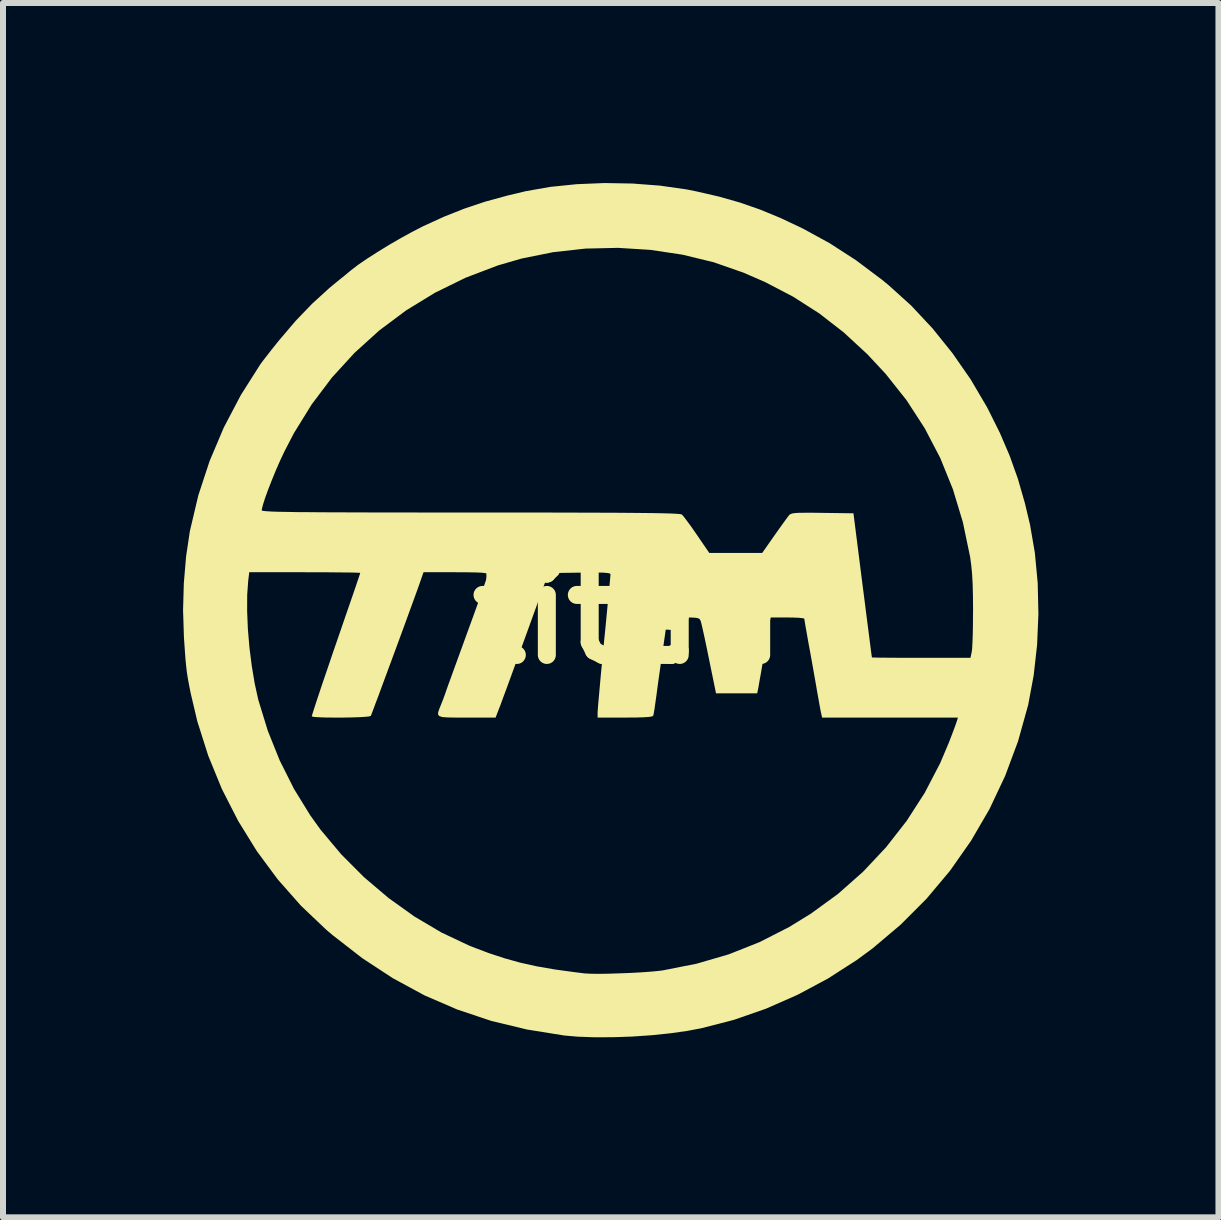
<source format=kicad_pcb>
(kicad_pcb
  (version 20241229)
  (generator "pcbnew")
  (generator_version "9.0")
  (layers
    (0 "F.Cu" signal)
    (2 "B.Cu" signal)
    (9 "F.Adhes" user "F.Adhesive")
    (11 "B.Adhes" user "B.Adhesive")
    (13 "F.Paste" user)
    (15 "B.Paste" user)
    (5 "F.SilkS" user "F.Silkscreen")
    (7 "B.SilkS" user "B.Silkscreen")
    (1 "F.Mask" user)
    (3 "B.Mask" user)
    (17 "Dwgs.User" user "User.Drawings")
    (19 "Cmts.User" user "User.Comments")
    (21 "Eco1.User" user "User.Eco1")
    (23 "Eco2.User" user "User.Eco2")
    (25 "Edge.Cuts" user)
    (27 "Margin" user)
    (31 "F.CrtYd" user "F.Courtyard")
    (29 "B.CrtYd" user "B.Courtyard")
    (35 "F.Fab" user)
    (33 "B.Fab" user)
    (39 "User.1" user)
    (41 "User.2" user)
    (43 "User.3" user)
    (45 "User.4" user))
  (footprint "titan"
    (layer "F.Cu")
    (at 7.419 7.185)
    (property "Reference" "titan" (at 0 0 0) (layer "F.SilkS") (effects (font (size 1.5 1.5) (thickness 0.3))))
    (attr board_only exclude_from_pos_files exclude_from_bom)
    (fp_poly (pts (xy 0.068 -7.177) (xy 0.527 -7.142) (xy 0.963 -7.08) (xy 1.13 -7.047) (xy 1.512 -6.959) (xy 1.86 -6.86) (xy 2.191 -6.745) (xy 2.524 -6.608) (xy 2.878 -6.442) (xy 2.914 -6.424) (xy 3.358 -6.181) (xy 3.794 -5.899) (xy 4.231 -5.571) (xy 4.345 -5.477) (xy 4.714 -5.143) (xy 5.068 -4.765) (xy 5.401 -4.351) (xy 5.706 -3.912) (xy 5.974 -3.456) (xy 5.997 -3.413) (xy 6.192 -3.021) (xy 6.355 -2.641) (xy 6.492 -2.257) (xy 6.609 -1.85) (xy 6.694 -1.493) (xy 6.775 -1.022) (xy 6.822 -0.522) (xy 6.834 -0.007) (xy 6.812 0.511) (xy 6.755 1.019) (xy 6.665 1.503) (xy 6.661 1.52) (xy 6.494 2.118) (xy 6.279 2.695) (xy 6.018 3.248) (xy 5.711 3.775) (xy 5.362 4.273) (xy 4.971 4.739) (xy 4.54 5.171) (xy 4.072 5.567) (xy 3.807 5.762) (xy 3.326 6.071) (xy 2.819 6.342) (xy 2.294 6.573) (xy 1.759 6.759) (xy 1.224 6.897) (xy 0.982 6.943) (xy 0.698 6.983) (xy 0.388 7.015) (xy 0.065 7.037) (xy -0.256 7.048) (xy -0.563 7.049) (xy -0.843 7.039) (xy -1.063 7.02) (xy -1.686 6.92) (xy -2.281 6.777) (xy -2.849 6.587) (xy -3.395 6.351) (xy -3.921 6.066) (xy -4.431 5.732) (xy -4.928 5.346) (xy -5.032 5.258) (xy -5.452 4.859) (xy -5.839 4.421) (xy -6.189 3.948) (xy -6.501 3.443) (xy -6.772 2.912) (xy -6.999 2.358) (xy -7.181 1.785) (xy -7.293 1.31) (xy -7.319 1.178) (xy -7.339 1.07) (xy -7.354 0.973) (xy -7.366 0.876) (xy -7.377 0.766) (xy -7.387 0.631) (xy -7.399 0.459) (xy -7.404 0.391) (xy -7.418 -0.053) (xy -6.351 -0.053) (xy -6.339 0.243) (xy -6.313 0.552) (xy -6.274 0.86) (xy -6.225 1.154) (xy -6.166 1.422) (xy -6.163 1.433) (xy -6.007 1.941) (xy -5.808 2.437) (xy -5.57 2.911) (xy -5.298 3.353) (xy -5.126 3.592) (xy -4.783 4.001) (xy -4.403 4.382) (xy -3.994 4.729) (xy -3.562 5.038) (xy -3.112 5.304) (xy -2.652 5.521) (xy -2.597 5.543) (xy -2.323 5.647) (xy -2.061 5.733) (xy -1.799 5.806) (xy -1.524 5.867) (xy -1.224 5.919) (xy -0.888 5.965) (xy -0.726 5.985) (xy -0.634 5.99) (xy -0.5 5.992) (xy -0.336 5.99) (xy -0.154 5.984) (xy 0.034 5.977) (xy 0.217 5.967) (xy 0.381 5.955) (xy 0.517 5.942) (xy 0.577 5.934) (xy 1.139 5.823) (xy 1.674 5.667) (xy 2.186 5.464) (xy 2.68 5.212) (xy 3.046 4.987) (xy 3.496 4.659) (xy 3.913 4.29) (xy 4.295 3.883) (xy 4.639 3.443) (xy 4.94 2.975) (xy 5.197 2.481) (xy 5.338 2.148) (xy 5.386 2.024) (xy 5.428 1.913) (xy 5.459 1.828) (xy 5.474 1.783) (xy 5.493 1.722) (xy 4.361 1.722) (xy 3.23 1.722) (xy 3.216 1.661) (xy 3.206 1.614) (xy 3.189 1.524) (xy 3.168 1.405) (xy 3.143 1.268) (xy 3.136 1.224) (xy 3.104 1.042) (xy 3.067 0.833) (xy 3.03 0.627) (xy 3.001 0.471) (xy 2.977 0.334) (xy 2.956 0.217) (xy 2.941 0.129) (xy 2.934 0.08) (xy 2.933 0.074) (xy 2.908 0.066) (xy 2.84 0.059) (xy 2.741 0.055) (xy 2.652 0.054) (xy 2.372 0.054) (xy 2.357 0.128) (xy 2.348 0.178) (xy 2.332 0.271) (xy 2.31 0.396) (xy 2.284 0.545) (xy 2.26 0.686) (xy 2.233 0.846) (xy 2.208 0.993) (xy 2.186 1.115) (xy 2.171 1.203) (xy 2.163 1.244) (xy 2.148 1.318) (xy 1.805 1.318) (xy 1.462 1.318) (xy 1.345 0.747) (xy 1.31 0.575) (xy 1.277 0.418) (xy 1.248 0.285) (xy 1.225 0.184) (xy 1.21 0.124) (xy 1.207 0.114) (xy 1.194 0.087) (xy 1.171 0.069) (xy 1.128 0.059) (xy 1.055 0.055) (xy 0.94 0.054) (xy 0.915 0.054) (xy 0.783 0.056) (xy 0.698 0.062) (xy 0.655 0.074) (xy 0.646 0.087) (xy 0.642 0.124) (xy 0.631 0.205) (xy 0.615 0.319) (xy 0.595 0.459) (xy 0.578 0.578) (xy 0.551 0.76) (xy 0.524 0.951) (xy 0.498 1.134) (xy 0.477 1.29) (xy 0.47 1.345) (xy 0.452 1.471) (xy 0.437 1.578) (xy 0.424 1.655) (xy 0.417 1.688) (xy 0.398 1.702) (xy 0.346 1.711) (xy 0.257 1.717) (xy 0.126 1.721) (xy -0.053 1.722) (xy -0.511 1.722) (xy -0.511 1.635) (xy -0.508 1.589) (xy -0.501 1.497) (xy -0.489 1.363) (xy -0.474 1.194) (xy -0.456 0.997) (xy -0.435 0.777) (xy -0.412 0.542) (xy -0.404 0.457) (xy -0.38 0.22) (xy -0.359 -0.001) (xy -0.34 -0.2) (xy -0.323 -0.371) (xy -0.31 -0.509) (xy -0.301 -0.607) (xy -0.297 -0.66) (xy -0.296 -0.667) (xy -0.307 -0.679) (xy -0.345 -0.687) (xy -0.416 -0.693) (xy -0.524 -0.695) (xy -0.676 -0.695) (xy -0.813 -0.693) (xy -1.33 -0.686) (xy -1.7 0.336) (xy -1.784 0.567) (xy -1.865 0.789) (xy -1.94 0.995) (xy -2.007 1.179) (xy -2.064 1.333) (xy -2.108 1.452) (xy -2.136 1.529) (xy -2.141 1.54) (xy -2.211 1.722) (xy -2.693 1.722) (xy -2.872 1.722) (xy -3.003 1.72) (xy -3.092 1.714) (xy -3.145 1.699) (xy -3.169 1.674) (xy -3.168 1.634) (xy -3.149 1.577) (xy -3.118 1.501) (xy -3.082 1.409) (xy -3.052 1.327) (xy -3.04 1.292) (xy -3.026 1.251) (xy -2.996 1.167) (xy -2.951 1.044) (xy -2.895 0.889) (xy -2.829 0.708) (xy -2.756 0.508) (xy -2.68 0.298) (xy -2.602 0.085) (xy -2.531 -0.112) (xy -2.468 -0.288) (xy -2.416 -0.437) (xy -2.376 -0.553) (xy -2.35 -0.631) (xy -2.341 -0.664) (xy -2.341 -0.664) (xy -2.351 -0.677) (xy -2.386 -0.686) (xy -2.452 -0.693) (xy -2.554 -0.697) (xy -2.699 -0.699) (xy -2.877 -0.7) (xy -3.412 -0.7) (xy -3.466 -0.545) (xy -3.496 -0.459) (xy -3.54 -0.338) (xy -3.595 -0.186) (xy -3.659 -0.011) (xy -3.729 0.182) (xy -3.804 0.386) (xy -3.881 0.595) (xy -3.958 0.803) (xy -4.032 1.003) (xy -4.101 1.189) (xy -4.162 1.356) (xy -4.215 1.495) (xy -4.255 1.603) (xy -4.281 1.671) (xy -4.291 1.694) (xy -4.321 1.703) (xy -4.394 1.71) (xy -4.499 1.716) (xy -4.626 1.72) (xy -4.764 1.722) (xy -4.904 1.722) (xy -5.035 1.721) (xy -5.146 1.717) (xy -5.228 1.712) (xy -5.27 1.704) (xy -5.274 1.701) (xy -5.265 1.668) (xy -5.24 1.589) (xy -5.201 1.468) (xy -5.149 1.311) (xy -5.085 1.12) (xy -5.01 0.901) (xy -4.928 0.659) (xy -4.838 0.398) (xy -4.743 0.122) (xy -4.698 -0.009) (xy -4.636 -0.188) (xy -4.58 -0.35) (xy -4.533 -0.488) (xy -4.497 -0.595) (xy -4.474 -0.664) (xy -4.467 -0.689) (xy -4.492 -0.691) (xy -4.566 -0.694) (xy -4.681 -0.696) (xy -4.831 -0.697) (xy -5.011 -0.699) (xy -5.214 -0.699) (xy -5.391 -0.7) (xy -6.316 -0.7) (xy -6.333 -0.558) (xy -6.35 -0.325) (xy -6.351 -0.053) (xy -7.418 -0.053) (xy -7.419 -0.057) (xy -7.406 -0.516) (xy -7.368 -0.965) (xy -7.305 -1.386) (xy -7.302 -1.399) (xy -7.223 -1.733) (xy -6.108 -1.733) (xy -6.102 -1.727) (xy -6.082 -1.722) (xy -6.046 -1.718) (xy -5.991 -1.714) (xy -5.914 -1.71) (xy -5.814 -1.707) (xy -5.686 -1.705) (xy -5.53 -1.702) (xy -5.342 -1.701) (xy -5.119 -1.699) (xy -4.859 -1.698) (xy -4.56 -1.697) (xy -4.219 -1.696) (xy -3.833 -1.696) (xy -3.4 -1.695) (xy -2.917 -1.695) (xy -2.629 -1.695) (xy -2.104 -1.695) (xy -1.63 -1.695) (xy -1.206 -1.694) (xy -0.829 -1.693) (xy -0.496 -1.692) (xy -0.205 -1.691) (xy 0.045 -1.689) (xy 0.258 -1.687) (xy 0.436 -1.685) (xy 0.581 -1.682) (xy 0.696 -1.679) (xy 0.782 -1.675) (xy 0.842 -1.671) (xy 0.878 -1.666) (xy 0.893 -1.661) (xy 0.923 -1.628) (xy 0.976 -1.558) (xy 1.046 -1.463) (xy 1.124 -1.351) (xy 1.142 -1.325) (xy 1.349 -1.022) (xy 1.79 -1.022) (xy 2.232 -1.022) (xy 2.435 -1.312) (xy 2.514 -1.424) (xy 2.586 -1.524) (xy 2.642 -1.601) (xy 2.676 -1.646) (xy 2.678 -1.649) (xy 2.696 -1.665) (xy 2.725 -1.677) (xy 2.77 -1.685) (xy 2.841 -1.69) (xy 2.944 -1.691) (xy 3.088 -1.691) (xy 3.235 -1.689) (xy 3.752 -1.682) (xy 3.904 -0.484) (xy 3.936 -0.237) (xy 3.965 -0.007) (xy 3.992 0.202) (xy 4.015 0.382) (xy 4.034 0.529) (xy 4.048 0.638) (xy 4.057 0.703) (xy 4.06 0.72) (xy 4.086 0.721) (xy 4.16 0.723) (xy 4.275 0.724) (xy 4.424 0.725) (xy 4.6 0.726) (xy 4.797 0.726) (xy 4.882 0.726) (xy 5.702 0.726) (xy 5.723 0.626) (xy 5.73 0.569) (xy 5.735 0.468) (xy 5.74 0.333) (xy 5.743 0.172) (xy 5.744 -0.004) (xy 5.745 -0.067) (xy 5.743 -0.308) (xy 5.738 -0.505) (xy 5.729 -0.67) (xy 5.715 -0.815) (xy 5.697 -0.949) (xy 5.696 -0.955) (xy 5.575 -1.534) (xy 5.409 -2.083) (xy 5.198 -2.604) (xy 4.94 -3.098) (xy 4.637 -3.566) (xy 4.286 -4.008) (xy 3.983 -4.333) (xy 3.591 -4.695) (xy 3.183 -5.012) (xy 2.749 -5.29) (xy 2.282 -5.534) (xy 1.919 -5.692) (xy 1.423 -5.865) (xy 0.905 -5.991) (xy 0.372 -6.071) (xy -0.169 -6.105) (xy -0.712 -6.093) (xy -1.251 -6.033) (xy -1.778 -5.927) (xy -2.177 -5.811) (xy -2.714 -5.606) (xy -3.223 -5.356) (xy -3.702 -5.063) (xy -4.149 -4.729) (xy -4.562 -4.355) (xy -4.938 -3.944) (xy -5.275 -3.497) (xy -5.572 -3.017) (xy -5.731 -2.71) (xy -5.802 -2.559) (xy -5.873 -2.397) (xy -5.94 -2.233) (xy -6.001 -2.077) (xy -6.051 -1.939) (xy -6.087 -1.827) (xy -6.106 -1.751) (xy -6.108 -1.733) (xy -7.223 -1.733) (xy -7.165 -1.979) (xy -6.977 -2.551) (xy -6.74 -3.111) (xy -6.456 -3.652) (xy -6.13 -4.166) (xy -6.091 -4.219) (xy -6.025 -4.304) (xy -5.942 -4.41) (xy -5.849 -4.527) (xy -5.814 -4.57) (xy -5.542 -4.889) (xy -5.27 -5.172) (xy -4.983 -5.434) (xy -4.818 -5.57) (xy -4.733 -5.638) (xy -4.651 -5.706) (xy -4.617 -5.734) (xy -4.505 -5.82) (xy -4.355 -5.923) (xy -4.178 -6.036) (xy -3.986 -6.154) (xy -3.788 -6.269) (xy -3.596 -6.374) (xy -3.421 -6.464) (xy -3.415 -6.467) (xy -3.069 -6.625) (xy -2.731 -6.759) (xy -2.384 -6.875) (xy -2.011 -6.977) (xy -1.709 -7.049) (xy -1.3 -7.121) (xy -0.859 -7.166) (xy -0.398 -7.185)) (stroke (width 0) (type solid)) (fill yes) (layer "F.SilkS")))
  (gr_rect
    (start -3 -3)
    (end 17.253 17.234)
    (stroke (width 0.1) (type default))
    (fill no)
    (layer "Edge.Cuts")))
</source>
